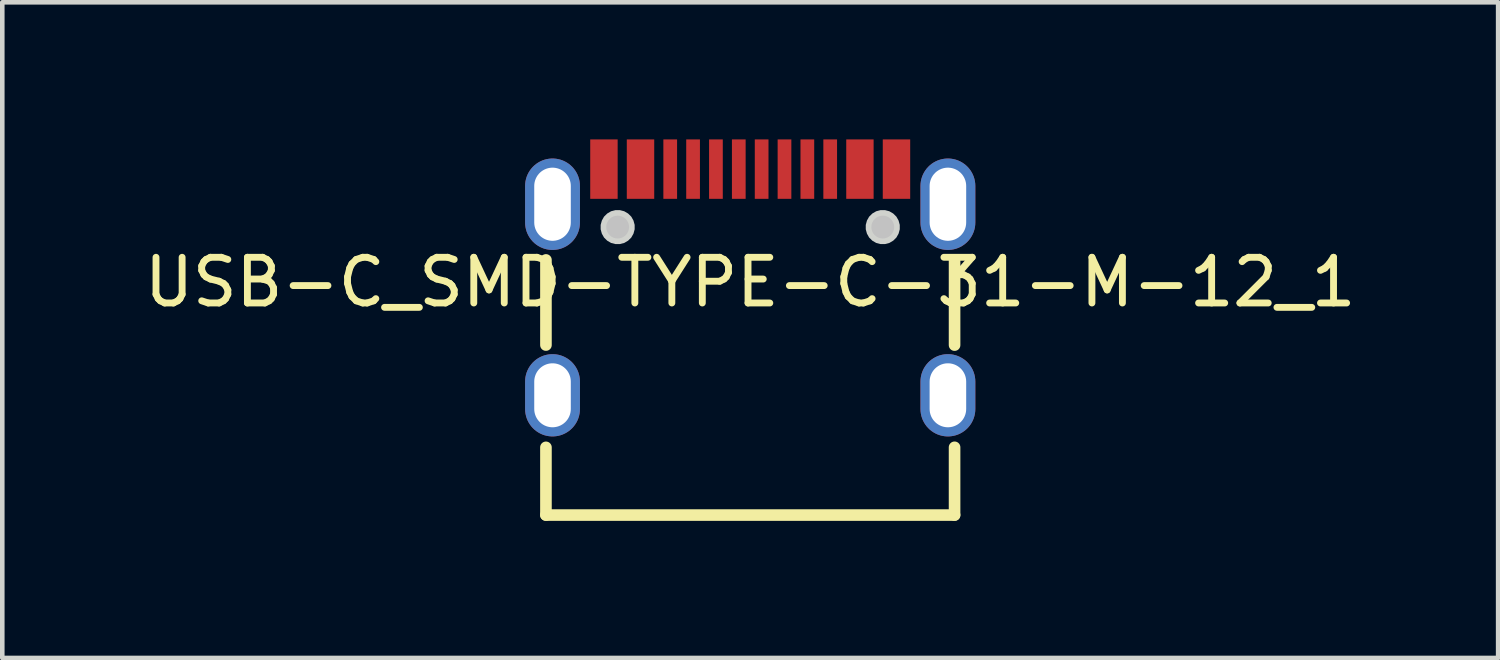
<source format=kicad_pcb>
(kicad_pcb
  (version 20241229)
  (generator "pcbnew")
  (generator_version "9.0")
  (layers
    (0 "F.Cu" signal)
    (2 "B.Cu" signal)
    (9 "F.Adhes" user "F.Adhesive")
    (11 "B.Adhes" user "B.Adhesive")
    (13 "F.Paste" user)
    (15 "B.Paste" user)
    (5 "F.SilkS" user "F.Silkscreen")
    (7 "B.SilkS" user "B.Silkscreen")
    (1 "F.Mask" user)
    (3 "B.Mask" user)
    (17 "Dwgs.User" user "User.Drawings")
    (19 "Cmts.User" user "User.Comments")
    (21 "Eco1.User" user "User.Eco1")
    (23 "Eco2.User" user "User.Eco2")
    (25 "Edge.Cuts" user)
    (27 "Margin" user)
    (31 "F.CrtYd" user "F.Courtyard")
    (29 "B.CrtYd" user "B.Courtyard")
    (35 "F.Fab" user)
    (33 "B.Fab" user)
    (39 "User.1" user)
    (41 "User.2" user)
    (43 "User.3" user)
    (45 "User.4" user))
  (footprint "USB-C_SMD-TYPE-C-31-M-12_1"
    (layer "F.Cu")
    (at 13.363 3.124)
    (property "Reference" "USB-C_SMD-TYPE-C-31-M-12_1" (at 0 0 0) (layer "F.SilkS") (effects (font (size 1 1) (thickness 0.15))))
    (fp_line (start -4.469 1.375) (end -4.469 -0.487) (stroke (width 0.254) (type default)) (layer "F.SilkS"))
    (fp_line (start -4.469 5.094) (end -4.469 3.613) (stroke (width 0.254) (type default)) (layer "F.SilkS"))
    (fp_line (start 4.471 1.376) (end 4.471 -0.487) (stroke (width 0.254) (type default)) (layer "F.SilkS"))
    (fp_line (start 4.471 5.094) (end -4.469 5.094) (stroke (width 0.254) (type default)) (layer "F.SilkS"))
    (fp_line (start 4.471 5.094) (end 4.471 3.612) (stroke (width 0.254) (type default)) (layer "F.SilkS"))
    (fp_poly (pts (xy -1.6 -1.824) (xy -1.6 -3.124) (xy -1.9 -3.124) (xy -1.9 -1.824)) (stroke (width 0) (type default)) (fill yes) (layer "F.Paste"))
    (fp_poly (pts (xy -1.4 -3.124) (xy -1.4 -1.824) (xy -1.1 -1.824) (xy -1.1 -3.124)) (stroke (width 0) (type default)) (fill yes) (layer "F.Paste"))
    (fp_poly (pts (xy -0.6 -1.824) (xy -0.6 -3.124) (xy -0.9 -3.124) (xy -0.9 -1.824)) (stroke (width 0) (type default)) (fill yes) (layer "F.Paste"))
    (fp_poly (pts (xy -0.1 -1.824) (xy -0.1 -3.124) (xy -0.4 -3.124) (xy -0.4 -1.824)) (stroke (width 0) (type default)) (fill yes) (layer "F.Paste"))
    (fp_poly (pts (xy 0.4 -1.824) (xy 0.4 -3.124) (xy 0.1 -3.124) (xy 0.1 -1.824)) (stroke (width 0) (type default)) (fill yes) (layer "F.Paste"))
    (fp_poly (pts (xy 0.9 -1.824) (xy 0.9 -3.124) (xy 0.6 -3.124) (xy 0.6 -1.824)) (stroke (width 0) (type default)) (fill yes) (layer "F.Paste"))
    (fp_poly (pts (xy 1.399 -1.824) (xy 1.399 -3.124) (xy 1.099 -3.124) (xy 1.099 -1.824)) (stroke (width 0) (type default)) (fill yes) (layer "F.Paste"))
    (fp_poly (pts (xy 1.9 -1.824) (xy 1.9 -3.124) (xy 1.6 -3.124) (xy 1.6 -1.824)) (stroke (width 0) (type default)) (fill yes) (layer "F.Paste"))
    (fp_poly (pts (xy -2.9 -1.824) (xy -2.9 -3.124) (xy -3.2 -3.124) (xy -3.5 -3.124) (xy -3.5 -1.824) (xy -3.2 -1.824)) (stroke (width 0) (type default)) (fill yes) (layer "F.Paste"))
    (fp_poly (pts (xy -2.1 -1.824) (xy -2.1 -3.124) (xy -2.4 -3.124) (xy -2.7 -3.124) (xy -2.7 -1.824) (xy -2.4 -1.824)) (stroke (width 0) (type default)) (fill yes) (layer "F.Paste"))
    (fp_poly (pts (xy 2.7 -1.824) (xy 2.7 -3.124) (xy 2.4 -3.124) (xy 2.1 -3.124) (xy 2.1 -1.824) (xy 2.4 -1.824)) (stroke (width 0) (type default)) (fill yes) (layer "F.Paste"))
    (fp_poly (pts (xy 3.5 -1.824) (xy 3.5 -3.124) (xy 3.2 -3.124) (xy 2.9 -3.124) (xy 2.9 -1.824) (xy 3.2 -1.824)) (stroke (width 0) (type default)) (fill yes) (layer "F.Paste"))
    (fp_poly (pts (xy -4.34 1.575) (xy -4.37 1.576) (xy -4.399 1.579) (xy -4.429 1.583) (xy -4.458 1.589) (xy -4.487 1.597) (xy -4.516 1.605) (xy -4.545 1.615) (xy -4.572 1.627) (xy -4.599 1.64) (xy -4.625 1.655) (xy -4.651 1.67) (xy -4.676 1.687) (xy -4.699 1.705) (xy -4.722 1.724) (xy -4.744 1.744) (xy -4.765 1.766) (xy -4.785 1.788) (xy -4.803 1.812) (xy -4.821 1.836) (xy -4.837 1.861) (xy -4.852 1.887) (xy -4.865 1.914) (xy -4.878 1.941) (xy -4.889 1.969) (xy -4.899 1.998) (xy -4.907 2.026) (xy -4.913 2.055) (xy -4.918 2.084) (xy -4.922 2.115) (xy -4.925 2.144) (xy -4.925 2.174) (xy -4.925 2.774) (xy -4.925 2.804) (xy -4.922 2.834) (xy -4.918 2.864) (xy -4.913 2.893) (xy -4.907 2.922) (xy -4.899 2.951) (xy -4.889 2.979) (xy -4.878 3.007) (xy -4.865 3.034) (xy -4.852 3.061) (xy -4.837 3.087) (xy -4.821 3.112) (xy -4.803 3.136) (xy -4.785 3.16) (xy -4.765 3.183) (xy -4.744 3.204) (xy -4.722 3.224) (xy -4.699 3.243) (xy -4.676 3.261) (xy -4.651 3.278) (xy -4.625 3.294) (xy -4.599 3.308) (xy -4.572 3.321) (xy -4.545 3.333) (xy -4.516 3.343) (xy -4.487 3.352) (xy -4.458 3.359) (xy -4.429 3.365) (xy -4.399 3.369) (xy -4.37 3.373) (xy -4.34 3.374) (xy -4.31 3.374) (xy -4.28 3.373) (xy -4.25 3.369) (xy -4.221 3.365) (xy -4.191 3.359) (xy -4.162 3.352) (xy -4.134 3.343) (xy -4.106 3.333) (xy -4.079 3.321) (xy -4.051 3.308) (xy -4.025 3.294) (xy -3.999 3.278) (xy -3.975 3.261) (xy -3.951 3.243) (xy -3.928 3.224) (xy -3.906 3.204) (xy -3.885 3.183) (xy -3.865 3.16) (xy -3.847 3.136) (xy -3.829 3.112) (xy -3.813 3.087) (xy -3.798 3.061) (xy -3.784 3.034) (xy -3.772 3.007) (xy -3.761 2.979) (xy -3.752 2.951) (xy -3.744 2.922) (xy -3.737 2.893) (xy -3.732 2.864) (xy -3.728 2.834) (xy -3.726 2.804) (xy -3.725 2.774) (xy -3.725 2.174) (xy -3.726 2.144) (xy -3.728 2.115) (xy -3.732 2.084) (xy -3.737 2.055) (xy -3.744 2.026) (xy -3.752 1.998) (xy -3.761 1.969) (xy -3.772 1.941) (xy -3.784 1.914) (xy -3.798 1.887) (xy -3.813 1.861) (xy -3.829 1.836) (xy -3.847 1.812) (xy -3.865 1.788) (xy -3.885 1.766) (xy -3.906 1.744) (xy -3.928 1.724) (xy -3.951 1.705) (xy -3.975 1.687) (xy -3.999 1.67) (xy -4.025 1.655) (xy -4.051 1.64) (xy -4.079 1.627) (xy -4.106 1.615) (xy -4.134 1.605) (xy -4.162 1.597) (xy -4.191 1.589) (xy -4.221 1.583) (xy -4.25 1.579) (xy -4.28 1.576) (xy -4.31 1.575)) (stroke (width 0) (type default)) (fill yes) (layer "F.Paste"))
    (fp_poly (pts (xy -4.28 -2.704) (xy -4.31 -2.705) (xy -4.34 -2.705) (xy -4.37 -2.704) (xy -4.399 -2.701) (xy -4.429 -2.696) (xy -4.458 -2.691) (xy -4.487 -2.683) (xy -4.516 -2.675) (xy -4.545 -2.664) (xy -4.572 -2.652) (xy -4.599 -2.639) (xy -4.625 -2.626) (xy -4.651 -2.61) (xy -4.676 -2.593) (xy -4.699 -2.575) (xy -4.722 -2.555) (xy -4.744 -2.535) (xy -4.765 -2.514) (xy -4.785 -2.491) (xy -4.803 -2.468) (xy -4.821 -2.443) (xy -4.837 -2.418) (xy -4.852 -2.393) (xy -4.865 -2.366) (xy -4.878 -2.339) (xy -4.889 -2.311) (xy -4.899 -2.283) (xy -4.907 -2.254) (xy -4.913 -2.224) (xy -4.918 -2.195) (xy -4.922 -2.166) (xy -4.925 -2.135) (xy -4.925 -2.106) (xy -4.925 -1.306) (xy -4.925 -1.276) (xy -4.922 -1.246) (xy -4.918 -1.216) (xy -4.913 -1.187) (xy -4.907 -1.157) (xy -4.899 -1.129) (xy -4.889 -1.101) (xy -4.878 -1.073) (xy -4.865 -1.046) (xy -4.852 -1.019) (xy -4.837 -0.993) (xy -4.821 -0.968) (xy -4.803 -0.944) (xy -4.785 -0.92) (xy -4.765 -0.897) (xy -4.744 -0.876) (xy -4.722 -0.856) (xy -4.699 -0.837) (xy -4.676 -0.819) (xy -4.651 -0.801) (xy -4.625 -0.786) (xy -4.599 -0.772) (xy -4.572 -0.759) (xy -4.545 -0.747) (xy -4.516 -0.737) (xy -4.487 -0.728) (xy -4.458 -0.721) (xy -4.429 -0.715) (xy -4.399 -0.711) (xy -4.37 -0.708) (xy -4.34 -0.706) (xy -4.31 -0.706) (xy -4.28 -0.708) (xy -4.25 -0.711) (xy -4.221 -0.715) (xy -4.191 -0.721) (xy -4.162 -0.728) (xy -4.134 -0.737) (xy -4.106 -0.747) (xy -4.079 -0.759) (xy -4.051 -0.772) (xy -4.025 -0.786) (xy -3.999 -0.801) (xy -3.975 -0.819) (xy -3.951 -0.837) (xy -3.928 -0.856) (xy -3.906 -0.876) (xy -3.885 -0.897) (xy -3.865 -0.92) (xy -3.847 -0.944) (xy -3.829 -0.968) (xy -3.813 -0.993) (xy -3.798 -1.019) (xy -3.784 -1.046) (xy -3.772 -1.073) (xy -3.761 -1.101) (xy -3.752 -1.129) (xy -3.744 -1.157) (xy -3.737 -1.187) (xy -3.732 -1.216) (xy -3.728 -1.246) (xy -3.726 -1.276) (xy -3.725 -1.306) (xy -3.725 -2.106) (xy -3.726 -2.135) (xy -3.728 -2.166) (xy -3.732 -2.195) (xy -3.737 -2.224) (xy -3.744 -2.254) (xy -3.752 -2.283) (xy -3.761 -2.311) (xy -3.772 -2.339) (xy -3.784 -2.366) (xy -3.798 -2.393) (xy -3.813 -2.418) (xy -3.829 -2.443) (xy -3.847 -2.468) (xy -3.865 -2.491) (xy -3.885 -2.514) (xy -3.906 -2.535) (xy -3.928 -2.555) (xy -3.951 -2.575) (xy -3.975 -2.593) (xy -3.999 -2.61) (xy -4.025 -2.626) (xy -4.051 -2.639) (xy -4.079 -2.652) (xy -4.106 -2.664) (xy -4.134 -2.675) (xy -4.162 -2.683) (xy -4.191 -2.691) (xy -4.221 -2.696) (xy -4.25 -2.701)) (stroke (width 0) (type default)) (fill yes) (layer "F.Paste"))
    (fp_poly (pts (xy 4.37 -2.704) (xy 4.34 -2.705) (xy 4.31 -2.705) (xy 4.28 -2.704) (xy 4.25 -2.701) (xy 4.221 -2.696) (xy 4.191 -2.691) (xy 4.162 -2.683) (xy 4.134 -2.675) (xy 4.106 -2.664) (xy 4.079 -2.652) (xy 4.051 -2.639) (xy 4.025 -2.626) (xy 3.999 -2.61) (xy 3.975 -2.593) (xy 3.951 -2.575) (xy 3.928 -2.555) (xy 3.906 -2.535) (xy 3.885 -2.514) (xy 3.865 -2.491) (xy 3.847 -2.468) (xy 3.829 -2.443) (xy 3.813 -2.418) (xy 3.798 -2.393) (xy 3.784 -2.366) (xy 3.772 -2.339) (xy 3.761 -2.311) (xy 3.752 -2.283) (xy 3.744 -2.254) (xy 3.737 -2.224) (xy 3.732 -2.195) (xy 3.728 -2.166) (xy 3.726 -2.135) (xy 3.725 -2.106) (xy 3.725 -1.306) (xy 3.726 -1.276) (xy 3.728 -1.246) (xy 3.732 -1.216) (xy 3.737 -1.187) (xy 3.744 -1.157) (xy 3.752 -1.129) (xy 3.761 -1.101) (xy 3.772 -1.073) (xy 3.784 -1.046) (xy 3.798 -1.019) (xy 3.813 -0.993) (xy 3.829 -0.968) (xy 3.847 -0.944) (xy 3.865 -0.92) (xy 3.885 -0.897) (xy 3.906 -0.876) (xy 3.928 -0.856) (xy 3.951 -0.837) (xy 3.975 -0.819) (xy 3.999 -0.801) (xy 4.025 -0.786) (xy 4.051 -0.772) (xy 4.079 -0.759) (xy 4.106 -0.747) (xy 4.134 -0.737) (xy 4.162 -0.728) (xy 4.191 -0.721) (xy 4.221 -0.715) (xy 4.25 -0.711) (xy 4.28 -0.708) (xy 4.31 -0.706) (xy 4.34 -0.706) (xy 4.37 -0.708) (xy 4.399 -0.711) (xy 4.429 -0.715) (xy 4.458 -0.721) (xy 4.487 -0.728) (xy 4.516 -0.737) (xy 4.545 -0.747) (xy 4.572 -0.759) (xy 4.599 -0.772) (xy 4.625 -0.786) (xy 4.651 -0.801) (xy 4.676 -0.819) (xy 4.699 -0.837) (xy 4.722 -0.856) (xy 4.744 -0.876) (xy 4.765 -0.897) (xy 4.785 -0.92) (xy 4.803 -0.944) (xy 4.821 -0.968) (xy 4.837 -0.993) (xy 4.852 -1.019) (xy 4.865 -1.046) (xy 4.878 -1.073) (xy 4.889 -1.101) (xy 4.899 -1.129) (xy 4.907 -1.157) (xy 4.913 -1.187) (xy 4.918 -1.216) (xy 4.922 -1.246) (xy 4.925 -1.276) (xy 4.925 -1.306) (xy 4.925 -2.106) (xy 4.925 -2.135) (xy 4.922 -2.166) (xy 4.918 -2.195) (xy 4.913 -2.224) (xy 4.907 -2.254) (xy 4.899 -2.283) (xy 4.889 -2.311) (xy 4.878 -2.339) (xy 4.865 -2.366) (xy 4.852 -2.393) (xy 4.837 -2.418) (xy 4.821 -2.443) (xy 4.803 -2.468) (xy 4.785 -2.491) (xy 4.765 -2.514) (xy 4.744 -2.535) (xy 4.722 -2.555) (xy 4.699 -2.575) (xy 4.676 -2.593) (xy 4.651 -2.61) (xy 4.625 -2.626) (xy 4.599 -2.639) (xy 4.572 -2.652) (xy 4.545 -2.664) (xy 4.516 -2.675) (xy 4.487 -2.683) (xy 4.458 -2.691) (xy 4.429 -2.696) (xy 4.399 -2.701)) (stroke (width 0) (type default)) (fill yes) (layer "F.Paste"))
    (fp_poly (pts (xy 4.37 1.576) (xy 4.34 1.575) (xy 4.31 1.575) (xy 4.28 1.576) (xy 4.25 1.579) (xy 4.221 1.583) (xy 4.191 1.589) (xy 4.162 1.597) (xy 4.134 1.605) (xy 4.106 1.615) (xy 4.079 1.627) (xy 4.051 1.64) (xy 4.025 1.655) (xy 3.999 1.67) (xy 3.975 1.687) (xy 3.951 1.705) (xy 3.928 1.724) (xy 3.906 1.744) (xy 3.885 1.766) (xy 3.865 1.788) (xy 3.847 1.812) (xy 3.829 1.836) (xy 3.813 1.861) (xy 3.798 1.887) (xy 3.784 1.914) (xy 3.772 1.941) (xy 3.761 1.969) (xy 3.752 1.998) (xy 3.744 2.026) (xy 3.737 2.055) (xy 3.732 2.084) (xy 3.728 2.115) (xy 3.726 2.144) (xy 3.725 2.174) (xy 3.725 2.774) (xy 3.726 2.804) (xy 3.728 2.834) (xy 3.732 2.864) (xy 3.737 2.893) (xy 3.744 2.922) (xy 3.752 2.951) (xy 3.761 2.979) (xy 3.772 3.007) (xy 3.784 3.034) (xy 3.798 3.061) (xy 3.813 3.087) (xy 3.829 3.112) (xy 3.847 3.136) (xy 3.865 3.16) (xy 3.885 3.183) (xy 3.906 3.204) (xy 3.928 3.224) (xy 3.951 3.243) (xy 3.975 3.261) (xy 3.999 3.278) (xy 4.025 3.294) (xy 4.051 3.308) (xy 4.079 3.321) (xy 4.106 3.333) (xy 4.134 3.343) (xy 4.162 3.352) (xy 4.191 3.359) (xy 4.221 3.365) (xy 4.25 3.369) (xy 4.28 3.373) (xy 4.31 3.374) (xy 4.34 3.374) (xy 4.37 3.373) (xy 4.399 3.369) (xy 4.429 3.365) (xy 4.458 3.359) (xy 4.487 3.352) (xy 4.516 3.343) (xy 4.545 3.333) (xy 4.572 3.321) (xy 4.599 3.308) (xy 4.625 3.294) (xy 4.651 3.278) (xy 4.676 3.261) (xy 4.699 3.243) (xy 4.722 3.224) (xy 4.744 3.204) (xy 4.765 3.183) (xy 4.785 3.16) (xy 4.803 3.136) (xy 4.821 3.112) (xy 4.837 3.087) (xy 4.852 3.061) (xy 4.865 3.034) (xy 4.878 3.007) (xy 4.889 2.979) (xy 4.899 2.951) (xy 4.907 2.922) (xy 4.913 2.893) (xy 4.918 2.864) (xy 4.922 2.834) (xy 4.925 2.804) (xy 4.925 2.774) (xy 4.925 2.174) (xy 4.925 2.144) (xy 4.922 2.115) (xy 4.918 2.084) (xy 4.913 2.055) (xy 4.907 2.026) (xy 4.899 1.998) (xy 4.889 1.969) (xy 4.878 1.941) (xy 4.865 1.914) (xy 4.852 1.887) (xy 4.837 1.861) (xy 4.821 1.836) (xy 4.803 1.812) (xy 4.785 1.788) (xy 4.765 1.766) (xy 4.744 1.744) (xy 4.722 1.724) (xy 4.699 1.705) (xy 4.676 1.687) (xy 4.651 1.67) (xy 4.625 1.655) (xy 4.599 1.64) (xy 4.572 1.627) (xy 4.545 1.615) (xy 4.516 1.605) (xy 4.487 1.597) (xy 4.458 1.589) (xy 4.429 1.583) (xy 4.399 1.579)) (stroke (width 0) (type default)) (fill yes) (layer "F.Paste"))
    (fp_circle (center -2.9 -1.206) (end -2.775 -1.206) (stroke (width 0.25) (type default)) (fill no) (layer "Dwgs.User"))
    (fp_circle (center 2.9 -1.206) (end 3.025 -1.206) (stroke (width 0.25) (type default)) (fill no) (layer "Dwgs.User"))
    (fp_poly (pts (xy -2.528 -1.254) (xy -2.554 -1.349) (xy -2.602 -1.434) (xy -2.672 -1.503) (xy -2.756 -1.552) (xy -2.851 -1.577) (xy -2.949 -1.577) (xy -3.044 -1.552) (xy -3.128 -1.503) (xy -3.198 -1.434) (xy -3.246 -1.349) (xy -3.272 -1.254) (xy -3.272 -1.157) (xy -3.246 -1.062) (xy -3.198 -0.977) (xy -3.128 -0.908) (xy -3.044 -0.859) (xy -2.949 -0.834) (xy -2.851 -0.834) (xy -2.756 -0.859) (xy -2.672 -0.908) (xy -2.602 -0.977) (xy -2.554 -1.062) (xy -2.528 -1.157)) (stroke (width 0) (type default)) (fill yes) (layer "Edge.Cuts"))
    (fp_poly (pts (xy 3.272 -1.254) (xy 3.246 -1.349) (xy 3.198 -1.434) (xy 3.128 -1.503) (xy 3.044 -1.552) (xy 2.949 -1.577) (xy 2.851 -1.577) (xy 2.756 -1.552) (xy 2.672 -1.503) (xy 2.602 -1.434) (xy 2.554 -1.349) (xy 2.528 -1.254) (xy 2.528 -1.157) (xy 2.554 -1.062) (xy 2.602 -0.977) (xy 2.672 -0.908) (xy 2.756 -0.859) (xy 2.851 -0.834) (xy 2.949 -0.834) (xy 3.044 -0.859) (xy 3.128 -0.908) (xy 3.198 -0.977) (xy 3.246 -1.062) (xy 3.272 -1.157)) (stroke (width 0) (type default)) (fill yes) (layer "Edge.Cuts"))
    (fp_poly (pts (xy -4.475 -2.256) (xy -4.175 -2.256) (xy -4.175 -1.155) (xy -4.475 -1.155)) (stroke (width 0.1) (type default)) (fill no) (layer "User.1"))
    (fp_poly (pts (xy -4.475 2.075) (xy -4.175 2.075) (xy -4.175 2.874) (xy -4.475 2.874)) (stroke (width 0.1) (type default)) (fill no) (layer "User.1"))
    (fp_poly (pts (xy -3.4 -2.756) (xy -3 -2.756) (xy -3 -2.056) (xy -3.4 -2.056)) (stroke (width 0.1) (type default)) (fill no) (layer "User.1"))
    (fp_poly (pts (xy -2.6 -2.756) (xy -2.2 -2.756) (xy -2.2 -2.056) (xy -2.6 -2.056)) (stroke (width 0.1) (type default)) (fill no) (layer "User.1"))
    (fp_poly (pts (xy -1.85 -2.756) (xy -1.65 -2.756) (xy -1.65 -2.056) (xy -1.85 -2.056)) (stroke (width 0.1) (type default)) (fill no) (layer "User.1"))
    (fp_poly (pts (xy -1.35 -2.756) (xy -1.15 -2.756) (xy -1.15 -2.056) (xy -1.35 -2.056)) (stroke (width 0.1) (type default)) (fill no) (layer "User.1"))
    (fp_poly (pts (xy -0.85 -2.756) (xy -0.65 -2.756) (xy -0.65 -2.056) (xy -0.85 -2.056)) (stroke (width 0.1) (type default)) (fill no) (layer "User.1"))
    (fp_poly (pts (xy -0.35 -2.756) (xy -0.15 -2.756) (xy -0.15 -2.056) (xy -0.35 -2.056)) (stroke (width 0.1) (type default)) (fill no) (layer "User.1"))
    (fp_poly (pts (xy 0.15 -2.756) (xy 0.35 -2.756) (xy 0.35 -2.056) (xy 0.15 -2.056)) (stroke (width 0.1) (type default)) (fill no) (layer "User.1"))
    (fp_poly (pts (xy 0.65 -2.756) (xy 0.85 -2.756) (xy 0.85 -2.056) (xy 0.65 -2.056)) (stroke (width 0.1) (type default)) (fill no) (layer "User.1"))
    (fp_poly (pts (xy 1.149 -2.756) (xy 1.349 -2.756) (xy 1.349 -2.056) (xy 1.149 -2.056)) (stroke (width 0.1) (type default)) (fill no) (layer "User.1"))
    (fp_poly (pts (xy 1.65 -2.756) (xy 1.85 -2.756) (xy 1.85 -2.056) (xy 1.65 -2.056)) (stroke (width 0.1) (type default)) (fill no) (layer "User.1"))
    (fp_poly (pts (xy 2.2 -2.756) (xy 2.6 -2.756) (xy 2.6 -2.056) (xy 2.2 -2.056)) (stroke (width 0.1) (type default)) (fill no) (layer "User.1"))
    (fp_poly (pts (xy 3 -2.756) (xy 3.4 -2.756) (xy 3.4 -2.056) (xy 3 -2.056)) (stroke (width 0.1) (type default)) (fill no) (layer "User.1"))
    (fp_poly (pts (xy 4.175 -2.256) (xy 4.475 -2.256) (xy 4.475 -1.155) (xy 4.175 -1.155)) (stroke (width 0.1) (type default)) (fill no) (layer "User.1"))
    (fp_poly (pts (xy 4.175 2.075) (xy 4.475 2.075) (xy 4.475 2.874) (xy 4.175 2.874)) (stroke (width 0.1) (type default)) (fill no) (layer "User.1"))
    (fp_line (start -4.47 -2.256) (end 4.47 -2.256) (stroke (width 0.051) (type default)) (layer "User.2"))
    (fp_line (start -4.47 5.094) (end -4.47 -2.256) (stroke (width 0.051) (type default)) (layer "User.2"))
    (fp_line (start 4.47 -2.256) (end 4.47 5.094) (stroke (width 0.051) (type default)) (layer "User.2"))
    (fp_line (start 4.47 5.094) (end -4.47 5.094) (stroke (width 0.051) (type default)) (layer "User.2"))
    (fp_poly (pts (xy 4.53 -2.779) (xy 4.498 -2.811) (xy 4.452 -2.811) (xy 4.42 -2.779) (xy 4.42 -2.733) (xy 4.452 -2.701) (xy 4.498 -2.701) (xy 4.53 -2.733)) (stroke (width 0.1) (type default)) (fill no) (layer "User.3"))
    (pad "1" thru_hole oval (at 4.325 -1.706) (size 1.2 2) (drill oval 0.8 1.6) (layers "*.Cu" "*.Mask"))
    (pad "2" thru_hole oval (at 4.325 2.474) (size 1.2 1.8) (drill oval 0.8 1.4) (layers "*.Cu" "*.Mask"))
    (pad "3" thru_hole oval (at -4.325 2.474) (size 1.2 1.8) (drill oval 0.8 1.4) (layers "*.Cu" "*.Mask"))
    (pad "4" thru_hole oval (at -4.325 -1.706) (size 1.2 2) (drill oval 0.8 1.6) (layers "*.Cu" "*.Mask"))
    (pad "A1B12" smd custom (at -3.2 -2.474) (size 0.000001 0.000001) (layers "F.Cu" "F.Mask" "F.Paste") (options (anchor circle)) (primitives (gr_poly (pts (xy 0.3 0.65) (xy 0.3 -0.65) (xy 0 -0.65) (xy -0.3 -0.65) (xy -0.3 0.65) (xy 0 0.65)) (width 0) (fill yes))))
    (pad "A4B9" smd custom (at -2.4 -2.474) (size 0.000001 0.000001) (layers "F.Cu" "F.Mask" "F.Paste") (options (anchor circle)) (primitives (gr_poly (pts (xy 0.3 0.65) (xy 0.3 -0.65) (xy 0 -0.65) (xy -0.3 -0.65) (xy -0.3 0.65) (xy 0 0.65)) (width 0) (fill yes))))
    (pad "A5" smd rect (at -1.25 -2.474) (size 0.3 1.3) (layers "F.Cu" "F.Mask" "F.Paste"))
    (pad "A6" smd rect (at -0.25 -2.474) (size 0.3 1.3) (layers "F.Cu" "F.Mask" "F.Paste"))
    (pad "A7" smd rect (at 0.25 -2.474) (size 0.3 1.3) (layers "F.Cu" "F.Mask" "F.Paste"))
    (pad "A8" smd rect (at 1.25 -2.474) (size 0.3 1.3) (layers "F.Cu" "F.Mask" "F.Paste"))
    (pad "B1A12" smd custom (at 3.2 -2.474) (size 0.000001 0.000001) (layers "F.Cu" "F.Mask" "F.Paste") (options (anchor circle)) (primitives (gr_poly (pts (xy -0.3 -0.65) (xy -0.3 0.65) (xy 0 0.65) (xy 0.3 0.65) (xy 0.3 -0.65) (xy 0 -0.65)) (width 0) (fill yes))))
    (pad "B4A9" smd custom (at 2.401 -2.474) (size 0.000001 0.000001) (layers "F.Cu" "F.Mask" "F.Paste") (options (anchor circle)) (primitives (gr_poly (pts (xy 0.299 0.65) (xy 0.299 -0.65) (xy -0.001 -0.65) (xy -0.3 -0.65) (xy -0.3 0.65) (xy -0.001 0.65)) (width 0) (fill yes))))
    (pad "B5" smd rect (at 1.75 -2.474) (size 0.3 1.3) (layers "F.Cu" "F.Mask" "F.Paste"))
    (pad "B6" smd rect (at 0.75 -2.474) (size 0.3 1.3) (layers "F.Cu" "F.Mask" "F.Paste"))
    (pad "B7" smd rect (at -0.75 -2.474) (size 0.3 1.3) (layers "F.Cu" "F.Mask" "F.Paste"))
    (pad "B8" smd rect (at -1.75 -2.474) (size 0.3 1.3) (layers "F.Cu" "F.Mask" "F.Paste")))
  (gr_rect
    (start -3 -3)
    (end 29.726 11.345)
    (stroke (width 0.1) (type default))
    (fill no)
    (layer "Edge.Cuts")))
</source>
